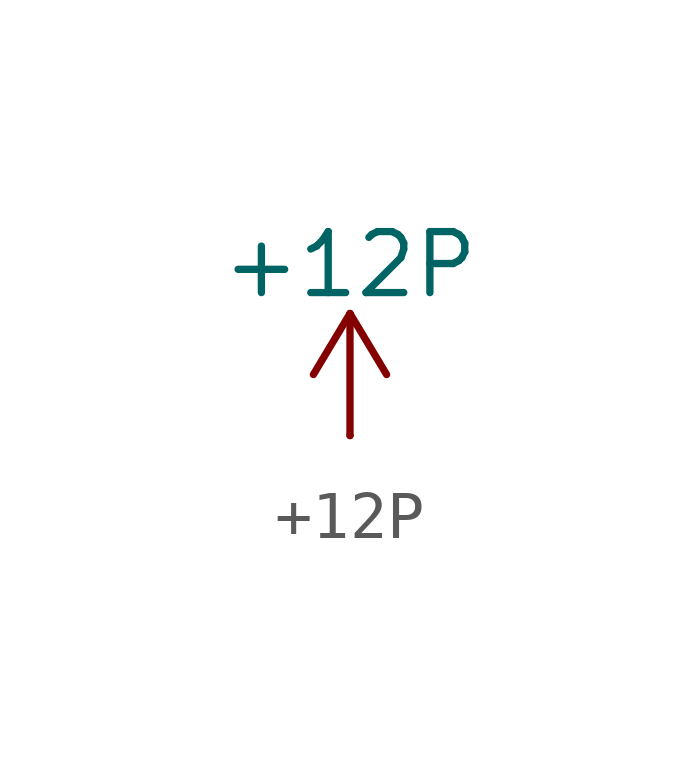
<source format=kicad_sym>
(kicad_symbol_lib
  (version 20231120)
  (generator "kicad_symbol_editor")
  (generator_version "8.0")
  (symbol "+12P"
    (power)
    (pin_numbers hide)
    (pin_names
      (offset 0) hide)
    (property "Reference" "#PWR"
      (at 0 -3.81 0)
      (effects (font (size 1.27 1.27)) (hide yes)))
    (property "Value" "+12P"
      (at 0 3.556 0)
      (effects (font (size 1.27 1.27))))
    (symbol "+12P_0_1"
      (polyline (pts (xy -0.762 1.27) (xy 0 2.54)) (stroke (width 0) (type default)) (fill (type none)))
      (polyline (pts (xy 0 0) (xy 0 2.54)) (stroke (width 0) (type default)) (fill (type none)))
      (polyline (pts (xy 0 2.54) (xy 0.762 1.27)) (stroke (width 0) (type default)) (fill (type none))))
    (symbol "+12P_1_1"
      (pin power_in line (at 0 0 90) (length 0) (name "~" (effects (font (size 1.27 1.27)))) (number "1" (effects (font (size 1.27 1.27))))))))
</source>
